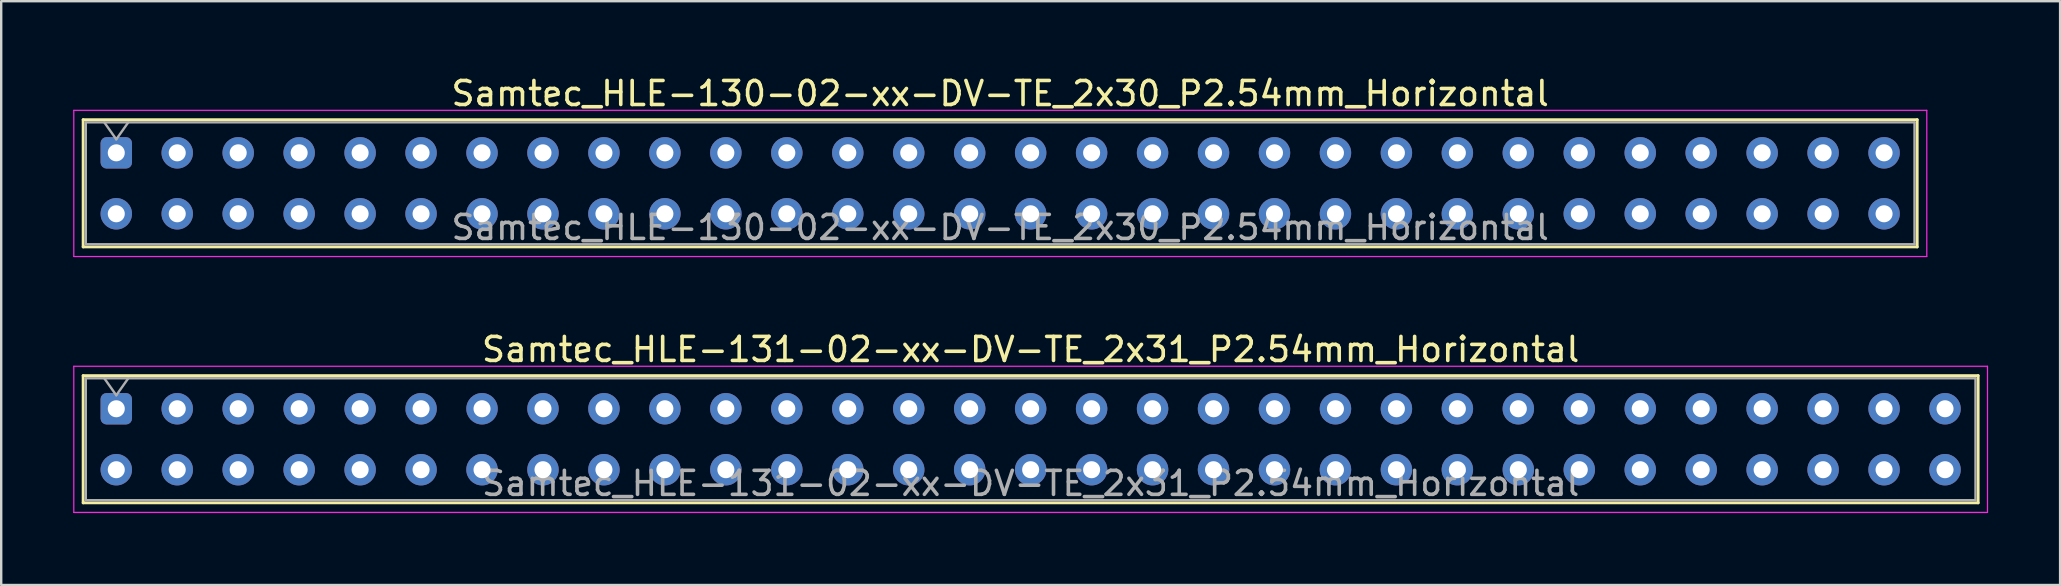
<source format=kicad_pcb>
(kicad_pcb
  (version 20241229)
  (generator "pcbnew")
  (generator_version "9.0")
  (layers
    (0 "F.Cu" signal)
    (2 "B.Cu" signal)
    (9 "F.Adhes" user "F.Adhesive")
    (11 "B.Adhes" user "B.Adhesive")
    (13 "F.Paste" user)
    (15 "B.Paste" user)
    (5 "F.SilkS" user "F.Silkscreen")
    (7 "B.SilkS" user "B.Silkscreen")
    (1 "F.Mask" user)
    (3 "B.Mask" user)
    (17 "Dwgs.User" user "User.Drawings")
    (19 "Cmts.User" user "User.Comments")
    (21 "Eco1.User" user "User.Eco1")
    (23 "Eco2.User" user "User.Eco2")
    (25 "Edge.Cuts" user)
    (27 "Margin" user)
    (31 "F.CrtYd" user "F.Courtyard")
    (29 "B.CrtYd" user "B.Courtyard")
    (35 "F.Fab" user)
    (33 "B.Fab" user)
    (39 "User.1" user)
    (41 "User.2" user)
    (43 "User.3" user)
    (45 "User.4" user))
  (footprint "Samtec_HLE-131-02-xx-DV-TE_2x31_P2.54mm_Horizontal"
    (layer "F.Cu")
    (at 1.795 13.982)
    (property "Reference" "Samtec_HLE-131-02-xx-DV-TE_2x31_P2.54mm_Horizontal" (at 38.1 -2.47 0) (layer "F.SilkS") (effects (font (size 1 1) (thickness 0.15))))
    (attr through_hole)
    (fp_line (start -1.38 -1.38) (end 77.58 -1.38) (stroke (width 0.12) (type solid)) (layer "F.SilkS"))
    (fp_line (start -1.38 3.92) (end -1.38 -1.38) (stroke (width 0.12) (type solid)) (layer "F.SilkS"))
    (fp_line (start 77.58 -1.38) (end 77.58 3.92) (stroke (width 0.12) (type solid)) (layer "F.SilkS"))
    (fp_line (start 77.58 3.92) (end -1.38 3.92) (stroke (width 0.12) (type solid)) (layer "F.SilkS"))
    (fp_line (start -1.77 -1.77) (end 77.97 -1.77) (stroke (width 0.05) (type solid)) (layer "F.CrtYd"))
    (fp_line (start -1.77 4.32) (end -1.77 -1.77) (stroke (width 0.05) (type solid)) (layer "F.CrtYd"))
    (fp_line (start 77.97 -1.77) (end 77.97 4.32) (stroke (width 0.05) (type solid)) (layer "F.CrtYd"))
    (fp_line (start 77.97 4.32) (end -1.77 4.32) (stroke (width 0.05) (type solid)) (layer "F.CrtYd"))
    (fp_line (start -1.27 -1.27) (end 77.47 -1.27) (stroke (width 0.1) (type solid)) (layer "F.Fab"))
    (fp_line (start -1.27 3.81) (end -1.27 -1.27) (stroke (width 0.1) (type solid)) (layer "F.Fab"))
    (fp_line (start -0.5 -1.27) (end 0 -0.563) (stroke (width 0.1) (type solid)) (layer "F.Fab"))
    (fp_line (start 0 -0.563) (end 0.5 -1.27) (stroke (width 0.1) (type solid)) (layer "F.Fab"))
    (fp_line (start 77.47 -1.27) (end 77.47 3.81) (stroke (width 0.1) (type solid)) (layer "F.Fab"))
    (fp_line (start 77.47 3.81) (end -1.27 3.81) (stroke (width 0.1) (type solid)) (layer "F.Fab"))
    (fp_text user "${REFERENCE}" (at 38.1 3.11 0) (layer "F.Fab") (effects (font (size 1 1) (thickness 0.15))))
    (pad "1" thru_hole roundrect (at 0 0) (size 1.31 1.31) (drill 0.71) (layers "*.Cu" "*.Mask") (roundrect_rratio 0.191))
    (pad "2" thru_hole circle (at 0 2.54) (size 1.31 1.31) (drill 0.71) (layers "*.Cu" "*.Mask"))
    (pad "3" thru_hole circle (at 2.54 0) (size 1.31 1.31) (drill 0.71) (layers "*.Cu" "*.Mask"))
    (pad "4" thru_hole circle (at 2.54 2.54) (size 1.31 1.31) (drill 0.71) (layers "*.Cu" "*.Mask"))
    (pad "5" thru_hole circle (at 5.08 0) (size 1.31 1.31) (drill 0.71) (layers "*.Cu" "*.Mask"))
    (pad "6" thru_hole circle (at 5.08 2.54) (size 1.31 1.31) (drill 0.71) (layers "*.Cu" "*.Mask"))
    (pad "7" thru_hole circle (at 7.62 0) (size 1.31 1.31) (drill 0.71) (layers "*.Cu" "*.Mask"))
    (pad "8" thru_hole circle (at 7.62 2.54) (size 1.31 1.31) (drill 0.71) (layers "*.Cu" "*.Mask"))
    (pad "9" thru_hole circle (at 10.16 0) (size 1.31 1.31) (drill 0.71) (layers "*.Cu" "*.Mask"))
    (pad "10" thru_hole circle (at 10.16 2.54) (size 1.31 1.31) (drill 0.71) (layers "*.Cu" "*.Mask"))
    (pad "11" thru_hole circle (at 12.7 0) (size 1.31 1.31) (drill 0.71) (layers "*.Cu" "*.Mask"))
    (pad "12" thru_hole circle (at 12.7 2.54) (size 1.31 1.31) (drill 0.71) (layers "*.Cu" "*.Mask"))
    (pad "13" thru_hole circle (at 15.24 0) (size 1.31 1.31) (drill 0.71) (layers "*.Cu" "*.Mask"))
    (pad "14" thru_hole circle (at 15.24 2.54) (size 1.31 1.31) (drill 0.71) (layers "*.Cu" "*.Mask"))
    (pad "15" thru_hole circle (at 17.78 0) (size 1.31 1.31) (drill 0.71) (layers "*.Cu" "*.Mask"))
    (pad "16" thru_hole circle (at 17.78 2.54) (size 1.31 1.31) (drill 0.71) (layers "*.Cu" "*.Mask"))
    (pad "17" thru_hole circle (at 20.32 0) (size 1.31 1.31) (drill 0.71) (layers "*.Cu" "*.Mask"))
    (pad "18" thru_hole circle (at 20.32 2.54) (size 1.31 1.31) (drill 0.71) (layers "*.Cu" "*.Mask"))
    (pad "19" thru_hole circle (at 22.86 0) (size 1.31 1.31) (drill 0.71) (layers "*.Cu" "*.Mask"))
    (pad "20" thru_hole circle (at 22.86 2.54) (size 1.31 1.31) (drill 0.71) (layers "*.Cu" "*.Mask"))
    (pad "21" thru_hole circle (at 25.4 0) (size 1.31 1.31) (drill 0.71) (layers "*.Cu" "*.Mask"))
    (pad "22" thru_hole circle (at 25.4 2.54) (size 1.31 1.31) (drill 0.71) (layers "*.Cu" "*.Mask"))
    (pad "23" thru_hole circle (at 27.94 0) (size 1.31 1.31) (drill 0.71) (layers "*.Cu" "*.Mask"))
    (pad "24" thru_hole circle (at 27.94 2.54) (size 1.31 1.31) (drill 0.71) (layers "*.Cu" "*.Mask"))
    (pad "25" thru_hole circle (at 30.48 0) (size 1.31 1.31) (drill 0.71) (layers "*.Cu" "*.Mask"))
    (pad "26" thru_hole circle (at 30.48 2.54) (size 1.31 1.31) (drill 0.71) (layers "*.Cu" "*.Mask"))
    (pad "27" thru_hole circle (at 33.02 0) (size 1.31 1.31) (drill 0.71) (layers "*.Cu" "*.Mask"))
    (pad "28" thru_hole circle (at 33.02 2.54) (size 1.31 1.31) (drill 0.71) (layers "*.Cu" "*.Mask"))
    (pad "29" thru_hole circle (at 35.56 0) (size 1.31 1.31) (drill 0.71) (layers "*.Cu" "*.Mask"))
    (pad "30" thru_hole circle (at 35.56 2.54) (size 1.31 1.31) (drill 0.71) (layers "*.Cu" "*.Mask"))
    (pad "31" thru_hole circle (at 38.1 0) (size 1.31 1.31) (drill 0.71) (layers "*.Cu" "*.Mask"))
    (pad "32" thru_hole circle (at 38.1 2.54) (size 1.31 1.31) (drill 0.71) (layers "*.Cu" "*.Mask"))
    (pad "33" thru_hole circle (at 40.64 0) (size 1.31 1.31) (drill 0.71) (layers "*.Cu" "*.Mask"))
    (pad "34" thru_hole circle (at 40.64 2.54) (size 1.31 1.31) (drill 0.71) (layers "*.Cu" "*.Mask"))
    (pad "35" thru_hole circle (at 43.18 0) (size 1.31 1.31) (drill 0.71) (layers "*.Cu" "*.Mask"))
    (pad "36" thru_hole circle (at 43.18 2.54) (size 1.31 1.31) (drill 0.71) (layers "*.Cu" "*.Mask"))
    (pad "37" thru_hole circle (at 45.72 0) (size 1.31 1.31) (drill 0.71) (layers "*.Cu" "*.Mask"))
    (pad "38" thru_hole circle (at 45.72 2.54) (size 1.31 1.31) (drill 0.71) (layers "*.Cu" "*.Mask"))
    (pad "39" thru_hole circle (at 48.26 0) (size 1.31 1.31) (drill 0.71) (layers "*.Cu" "*.Mask"))
    (pad "40" thru_hole circle (at 48.26 2.54) (size 1.31 1.31) (drill 0.71) (layers "*.Cu" "*.Mask"))
    (pad "41" thru_hole circle (at 50.8 0) (size 1.31 1.31) (drill 0.71) (layers "*.Cu" "*.Mask"))
    (pad "42" thru_hole circle (at 50.8 2.54) (size 1.31 1.31) (drill 0.71) (layers "*.Cu" "*.Mask"))
    (pad "43" thru_hole circle (at 53.34 0) (size 1.31 1.31) (drill 0.71) (layers "*.Cu" "*.Mask"))
    (pad "44" thru_hole circle (at 53.34 2.54) (size 1.31 1.31) (drill 0.71) (layers "*.Cu" "*.Mask"))
    (pad "45" thru_hole circle (at 55.88 0) (size 1.31 1.31) (drill 0.71) (layers "*.Cu" "*.Mask"))
    (pad "46" thru_hole circle (at 55.88 2.54) (size 1.31 1.31) (drill 0.71) (layers "*.Cu" "*.Mask"))
    (pad "47" thru_hole circle (at 58.42 0) (size 1.31 1.31) (drill 0.71) (layers "*.Cu" "*.Mask"))
    (pad "48" thru_hole circle (at 58.42 2.54) (size 1.31 1.31) (drill 0.71) (layers "*.Cu" "*.Mask"))
    (pad "49" thru_hole circle (at 60.96 0) (size 1.31 1.31) (drill 0.71) (layers "*.Cu" "*.Mask"))
    (pad "50" thru_hole circle (at 60.96 2.54) (size 1.31 1.31) (drill 0.71) (layers "*.Cu" "*.Mask"))
    (pad "51" thru_hole circle (at 63.5 0) (size 1.31 1.31) (drill 0.71) (layers "*.Cu" "*.Mask"))
    (pad "52" thru_hole circle (at 63.5 2.54) (size 1.31 1.31) (drill 0.71) (layers "*.Cu" "*.Mask"))
    (pad "53" thru_hole circle (at 66.04 0) (size 1.31 1.31) (drill 0.71) (layers "*.Cu" "*.Mask"))
    (pad "54" thru_hole circle (at 66.04 2.54) (size 1.31 1.31) (drill 0.71) (layers "*.Cu" "*.Mask"))
    (pad "55" thru_hole circle (at 68.58 0) (size 1.31 1.31) (drill 0.71) (layers "*.Cu" "*.Mask"))
    (pad "56" thru_hole circle (at 68.58 2.54) (size 1.31 1.31) (drill 0.71) (layers "*.Cu" "*.Mask"))
    (pad "57" thru_hole circle (at 71.12 0) (size 1.31 1.31) (drill 0.71) (layers "*.Cu" "*.Mask"))
    (pad "58" thru_hole circle (at 71.12 2.54) (size 1.31 1.31) (drill 0.71) (layers "*.Cu" "*.Mask"))
    (pad "59" thru_hole circle (at 73.66 0) (size 1.31 1.31) (drill 0.71) (layers "*.Cu" "*.Mask"))
    (pad "60" thru_hole circle (at 73.66 2.54) (size 1.31 1.31) (drill 0.71) (layers "*.Cu" "*.Mask"))
    (pad "61" thru_hole circle (at 76.2 0) (size 1.31 1.31) (drill 0.71) (layers "*.Cu" "*.Mask"))
    (pad "62" thru_hole circle (at 76.2 2.54) (size 1.31 1.31) (drill 0.71) (layers "*.Cu" "*.Mask")))
  (footprint "Samtec_HLE-130-02-xx-DV-TE_2x30_P2.54mm_Horizontal"
    (layer "F.Cu")
    (at 1.795 3.318)
    (property "Reference" "Samtec_HLE-130-02-xx-DV-TE_2x30_P2.54mm_Horizontal" (at 36.83 -2.47 0) (layer "F.SilkS") (effects (font (size 1 1) (thickness 0.15))))
    (attr through_hole)
    (fp_line (start -1.38 -1.38) (end 75.04 -1.38) (stroke (width 0.12) (type solid)) (layer "F.SilkS"))
    (fp_line (start -1.38 3.92) (end -1.38 -1.38) (stroke (width 0.12) (type solid)) (layer "F.SilkS"))
    (fp_line (start 75.04 -1.38) (end 75.04 3.92) (stroke (width 0.12) (type solid)) (layer "F.SilkS"))
    (fp_line (start 75.04 3.92) (end -1.38 3.92) (stroke (width 0.12) (type solid)) (layer "F.SilkS"))
    (fp_line (start -1.77 -1.77) (end 75.44 -1.77) (stroke (width 0.05) (type solid)) (layer "F.CrtYd"))
    (fp_line (start -1.77 4.32) (end -1.77 -1.77) (stroke (width 0.05) (type solid)) (layer "F.CrtYd"))
    (fp_line (start 75.44 -1.77) (end 75.44 4.32) (stroke (width 0.05) (type solid)) (layer "F.CrtYd"))
    (fp_line (start 75.44 4.32) (end -1.77 4.32) (stroke (width 0.05) (type solid)) (layer "F.CrtYd"))
    (fp_line (start -1.27 -1.27) (end 74.93 -1.27) (stroke (width 0.1) (type solid)) (layer "F.Fab"))
    (fp_line (start -1.27 3.81) (end -1.27 -1.27) (stroke (width 0.1) (type solid)) (layer "F.Fab"))
    (fp_line (start -0.5 -1.27) (end 0 -0.563) (stroke (width 0.1) (type solid)) (layer "F.Fab"))
    (fp_line (start 0 -0.563) (end 0.5 -1.27) (stroke (width 0.1) (type solid)) (layer "F.Fab"))
    (fp_line (start 74.93 -1.27) (end 74.93 3.81) (stroke (width 0.1) (type solid)) (layer "F.Fab"))
    (fp_line (start 74.93 3.81) (end -1.27 3.81) (stroke (width 0.1) (type solid)) (layer "F.Fab"))
    (fp_text user "${REFERENCE}" (at 36.83 3.11 0) (layer "F.Fab") (effects (font (size 1 1) (thickness 0.15))))
    (pad "1" thru_hole roundrect (at 0 0) (size 1.31 1.31) (drill 0.71) (layers "*.Cu" "*.Mask") (roundrect_rratio 0.191))
    (pad "2" thru_hole circle (at 0 2.54) (size 1.31 1.31) (drill 0.71) (layers "*.Cu" "*.Mask"))
    (pad "3" thru_hole circle (at 2.54 0) (size 1.31 1.31) (drill 0.71) (layers "*.Cu" "*.Mask"))
    (pad "4" thru_hole circle (at 2.54 2.54) (size 1.31 1.31) (drill 0.71) (layers "*.Cu" "*.Mask"))
    (pad "5" thru_hole circle (at 5.08 0) (size 1.31 1.31) (drill 0.71) (layers "*.Cu" "*.Mask"))
    (pad "6" thru_hole circle (at 5.08 2.54) (size 1.31 1.31) (drill 0.71) (layers "*.Cu" "*.Mask"))
    (pad "7" thru_hole circle (at 7.62 0) (size 1.31 1.31) (drill 0.71) (layers "*.Cu" "*.Mask"))
    (pad "8" thru_hole circle (at 7.62 2.54) (size 1.31 1.31) (drill 0.71) (layers "*.Cu" "*.Mask"))
    (pad "9" thru_hole circle (at 10.16 0) (size 1.31 1.31) (drill 0.71) (layers "*.Cu" "*.Mask"))
    (pad "10" thru_hole circle (at 10.16 2.54) (size 1.31 1.31) (drill 0.71) (layers "*.Cu" "*.Mask"))
    (pad "11" thru_hole circle (at 12.7 0) (size 1.31 1.31) (drill 0.71) (layers "*.Cu" "*.Mask"))
    (pad "12" thru_hole circle (at 12.7 2.54) (size 1.31 1.31) (drill 0.71) (layers "*.Cu" "*.Mask"))
    (pad "13" thru_hole circle (at 15.24 0) (size 1.31 1.31) (drill 0.71) (layers "*.Cu" "*.Mask"))
    (pad "14" thru_hole circle (at 15.24 2.54) (size 1.31 1.31) (drill 0.71) (layers "*.Cu" "*.Mask"))
    (pad "15" thru_hole circle (at 17.78 0) (size 1.31 1.31) (drill 0.71) (layers "*.Cu" "*.Mask"))
    (pad "16" thru_hole circle (at 17.78 2.54) (size 1.31 1.31) (drill 0.71) (layers "*.Cu" "*.Mask"))
    (pad "17" thru_hole circle (at 20.32 0) (size 1.31 1.31) (drill 0.71) (layers "*.Cu" "*.Mask"))
    (pad "18" thru_hole circle (at 20.32 2.54) (size 1.31 1.31) (drill 0.71) (layers "*.Cu" "*.Mask"))
    (pad "19" thru_hole circle (at 22.86 0) (size 1.31 1.31) (drill 0.71) (layers "*.Cu" "*.Mask"))
    (pad "20" thru_hole circle (at 22.86 2.54) (size 1.31 1.31) (drill 0.71) (layers "*.Cu" "*.Mask"))
    (pad "21" thru_hole circle (at 25.4 0) (size 1.31 1.31) (drill 0.71) (layers "*.Cu" "*.Mask"))
    (pad "22" thru_hole circle (at 25.4 2.54) (size 1.31 1.31) (drill 0.71) (layers "*.Cu" "*.Mask"))
    (pad "23" thru_hole circle (at 27.94 0) (size 1.31 1.31) (drill 0.71) (layers "*.Cu" "*.Mask"))
    (pad "24" thru_hole circle (at 27.94 2.54) (size 1.31 1.31) (drill 0.71) (layers "*.Cu" "*.Mask"))
    (pad "25" thru_hole circle (at 30.48 0) (size 1.31 1.31) (drill 0.71) (layers "*.Cu" "*.Mask"))
    (pad "26" thru_hole circle (at 30.48 2.54) (size 1.31 1.31) (drill 0.71) (layers "*.Cu" "*.Mask"))
    (pad "27" thru_hole circle (at 33.02 0) (size 1.31 1.31) (drill 0.71) (layers "*.Cu" "*.Mask"))
    (pad "28" thru_hole circle (at 33.02 2.54) (size 1.31 1.31) (drill 0.71) (layers "*.Cu" "*.Mask"))
    (pad "29" thru_hole circle (at 35.56 0) (size 1.31 1.31) (drill 0.71) (layers "*.Cu" "*.Mask"))
    (pad "30" thru_hole circle (at 35.56 2.54) (size 1.31 1.31) (drill 0.71) (layers "*.Cu" "*.Mask"))
    (pad "31" thru_hole circle (at 38.1 0) (size 1.31 1.31) (drill 0.71) (layers "*.Cu" "*.Mask"))
    (pad "32" thru_hole circle (at 38.1 2.54) (size 1.31 1.31) (drill 0.71) (layers "*.Cu" "*.Mask"))
    (pad "33" thru_hole circle (at 40.64 0) (size 1.31 1.31) (drill 0.71) (layers "*.Cu" "*.Mask"))
    (pad "34" thru_hole circle (at 40.64 2.54) (size 1.31 1.31) (drill 0.71) (layers "*.Cu" "*.Mask"))
    (pad "35" thru_hole circle (at 43.18 0) (size 1.31 1.31) (drill 0.71) (layers "*.Cu" "*.Mask"))
    (pad "36" thru_hole circle (at 43.18 2.54) (size 1.31 1.31) (drill 0.71) (layers "*.Cu" "*.Mask"))
    (pad "37" thru_hole circle (at 45.72 0) (size 1.31 1.31) (drill 0.71) (layers "*.Cu" "*.Mask"))
    (pad "38" thru_hole circle (at 45.72 2.54) (size 1.31 1.31) (drill 0.71) (layers "*.Cu" "*.Mask"))
    (pad "39" thru_hole circle (at 48.26 0) (size 1.31 1.31) (drill 0.71) (layers "*.Cu" "*.Mask"))
    (pad "40" thru_hole circle (at 48.26 2.54) (size 1.31 1.31) (drill 0.71) (layers "*.Cu" "*.Mask"))
    (pad "41" thru_hole circle (at 50.8 0) (size 1.31 1.31) (drill 0.71) (layers "*.Cu" "*.Mask"))
    (pad "42" thru_hole circle (at 50.8 2.54) (size 1.31 1.31) (drill 0.71) (layers "*.Cu" "*.Mask"))
    (pad "43" thru_hole circle (at 53.34 0) (size 1.31 1.31) (drill 0.71) (layers "*.Cu" "*.Mask"))
    (pad "44" thru_hole circle (at 53.34 2.54) (size 1.31 1.31) (drill 0.71) (layers "*.Cu" "*.Mask"))
    (pad "45" thru_hole circle (at 55.88 0) (size 1.31 1.31) (drill 0.71) (layers "*.Cu" "*.Mask"))
    (pad "46" thru_hole circle (at 55.88 2.54) (size 1.31 1.31) (drill 0.71) (layers "*.Cu" "*.Mask"))
    (pad "47" thru_hole circle (at 58.42 0) (size 1.31 1.31) (drill 0.71) (layers "*.Cu" "*.Mask"))
    (pad "48" thru_hole circle (at 58.42 2.54) (size 1.31 1.31) (drill 0.71) (layers "*.Cu" "*.Mask"))
    (pad "49" thru_hole circle (at 60.96 0) (size 1.31 1.31) (drill 0.71) (layers "*.Cu" "*.Mask"))
    (pad "50" thru_hole circle (at 60.96 2.54) (size 1.31 1.31) (drill 0.71) (layers "*.Cu" "*.Mask"))
    (pad "51" thru_hole circle (at 63.5 0) (size 1.31 1.31) (drill 0.71) (layers "*.Cu" "*.Mask"))
    (pad "52" thru_hole circle (at 63.5 2.54) (size 1.31 1.31) (drill 0.71) (layers "*.Cu" "*.Mask"))
    (pad "53" thru_hole circle (at 66.04 0) (size 1.31 1.31) (drill 0.71) (layers "*.Cu" "*.Mask"))
    (pad "54" thru_hole circle (at 66.04 2.54) (size 1.31 1.31) (drill 0.71) (layers "*.Cu" "*.Mask"))
    (pad "55" thru_hole circle (at 68.58 0) (size 1.31 1.31) (drill 0.71) (layers "*.Cu" "*.Mask"))
    (pad "56" thru_hole circle (at 68.58 2.54) (size 1.31 1.31) (drill 0.71) (layers "*.Cu" "*.Mask"))
    (pad "57" thru_hole circle (at 71.12 0) (size 1.31 1.31) (drill 0.71) (layers "*.Cu" "*.Mask"))
    (pad "58" thru_hole circle (at 71.12 2.54) (size 1.31 1.31) (drill 0.71) (layers "*.Cu" "*.Mask"))
    (pad "59" thru_hole circle (at 73.66 0) (size 1.31 1.31) (drill 0.71) (layers "*.Cu" "*.Mask"))
    (pad "60" thru_hole circle (at 73.66 2.54) (size 1.31 1.31) (drill 0.71) (layers "*.Cu" "*.Mask")))
  (gr_rect
    (start -3 -3)
    (end 82.79 21.326)
    (stroke (width 0.1) (type default))
    (fill no)
    (layer "Edge.Cuts")))
</source>
